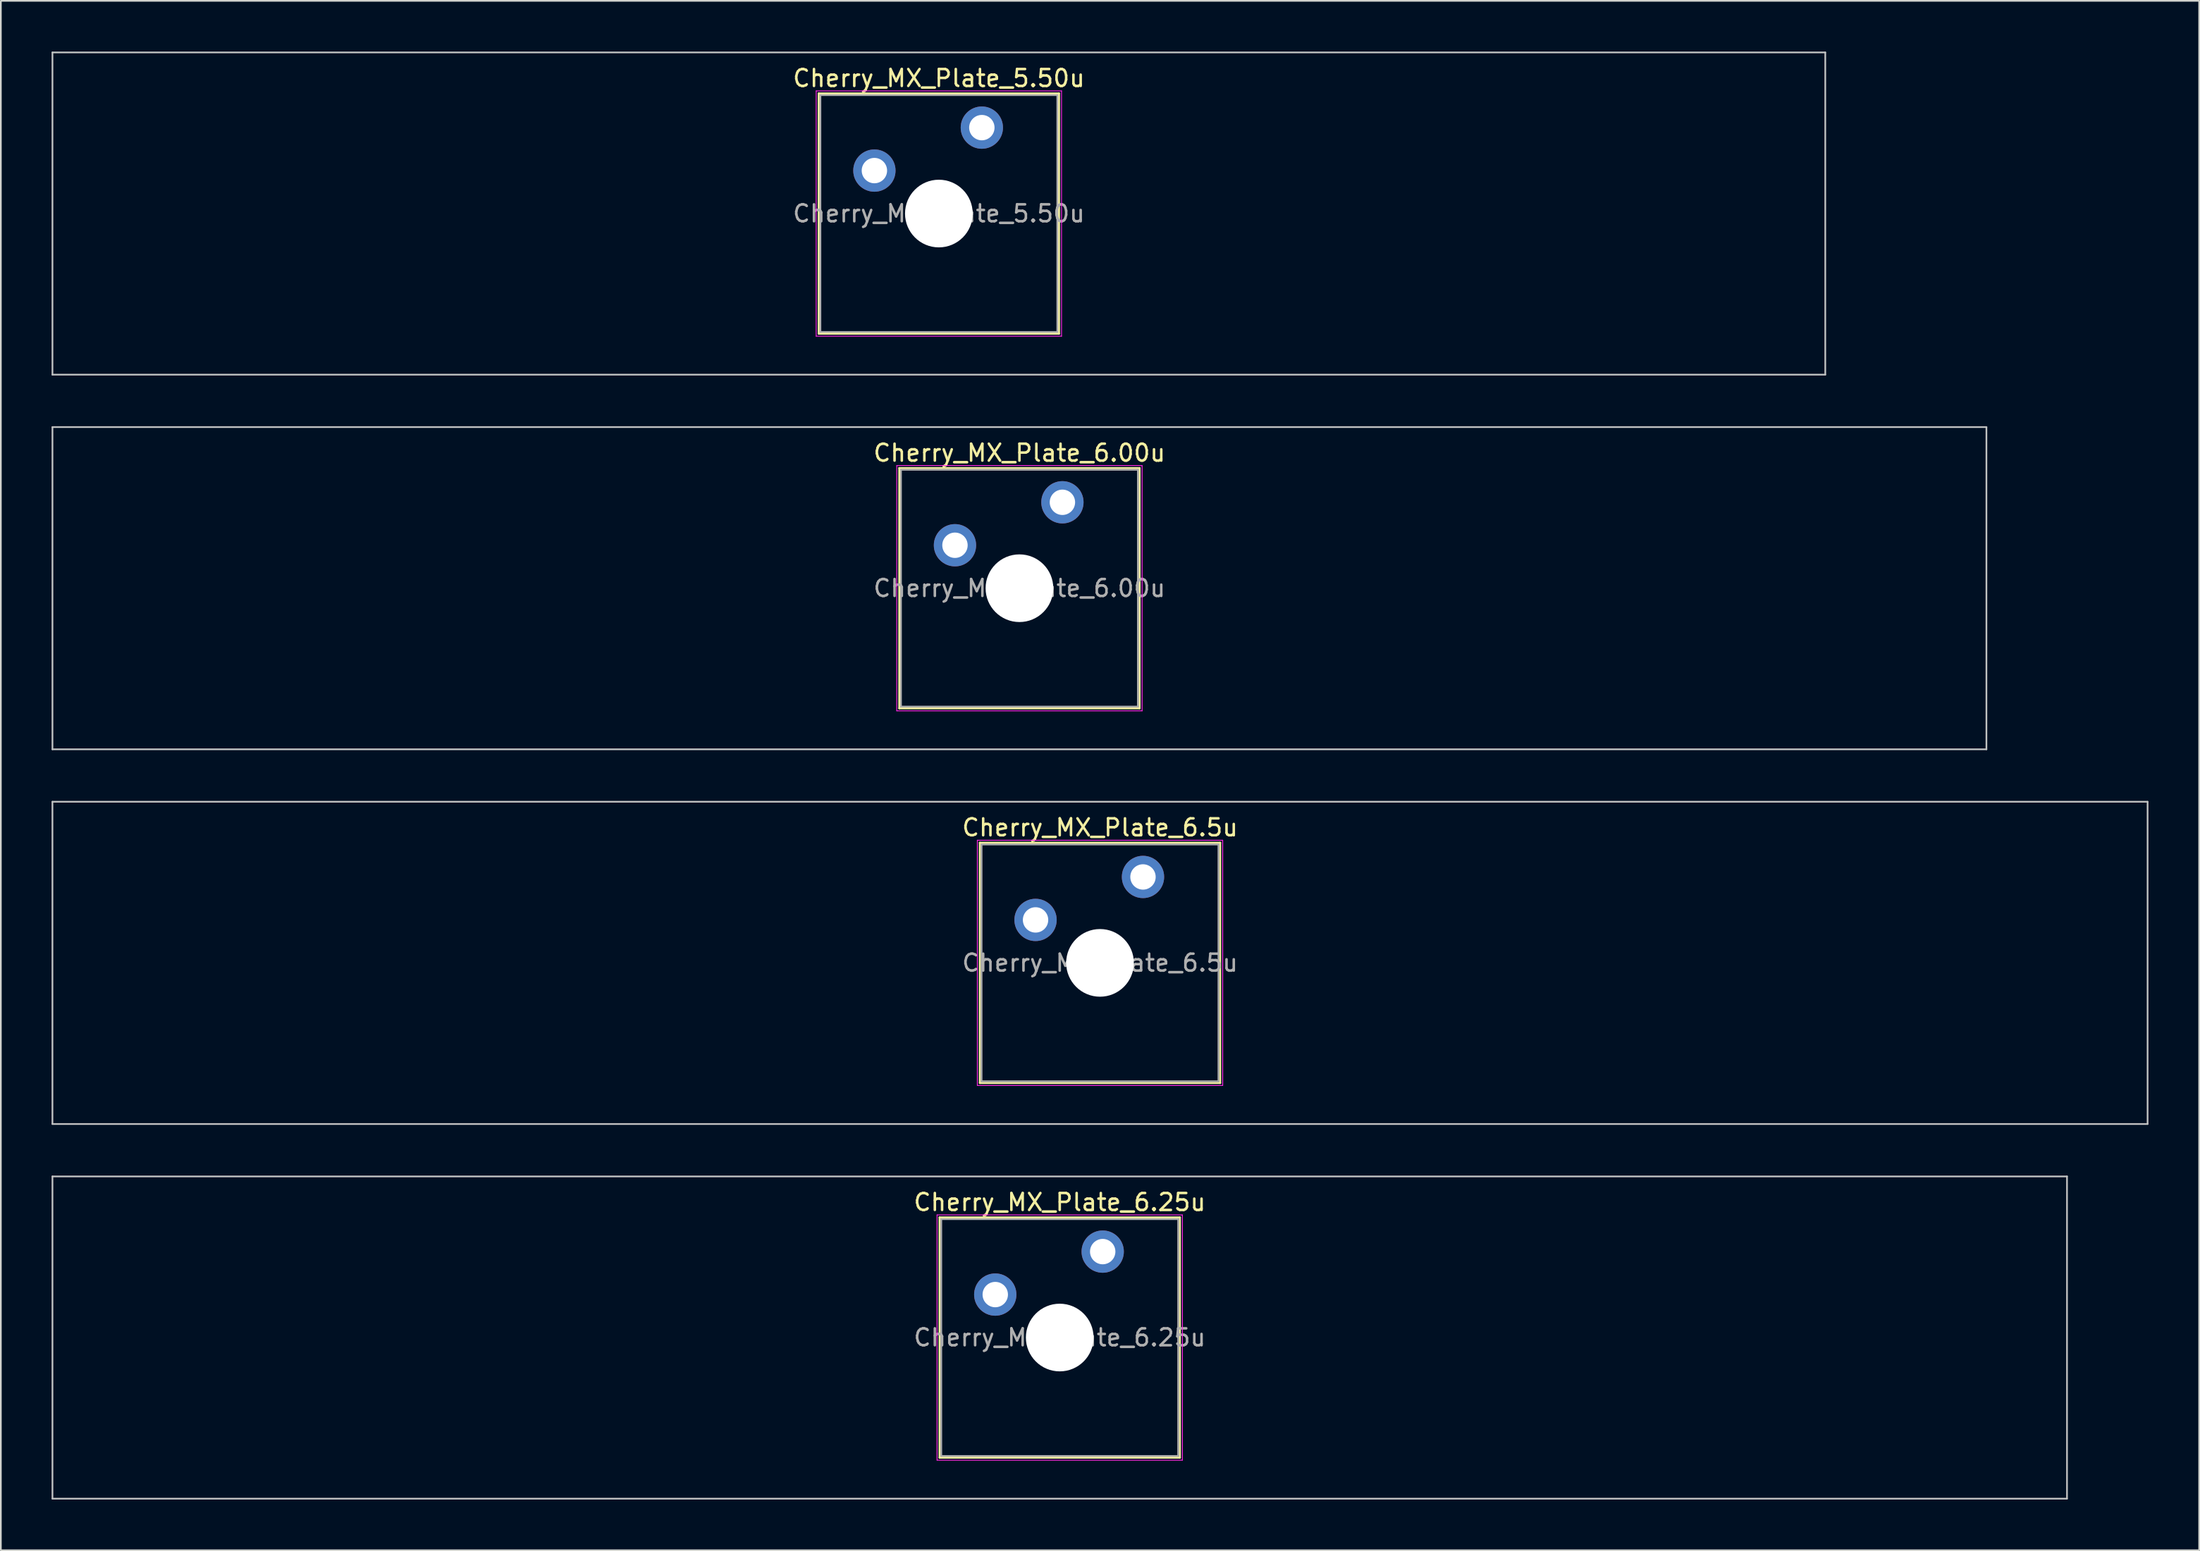
<source format=kicad_pcb>
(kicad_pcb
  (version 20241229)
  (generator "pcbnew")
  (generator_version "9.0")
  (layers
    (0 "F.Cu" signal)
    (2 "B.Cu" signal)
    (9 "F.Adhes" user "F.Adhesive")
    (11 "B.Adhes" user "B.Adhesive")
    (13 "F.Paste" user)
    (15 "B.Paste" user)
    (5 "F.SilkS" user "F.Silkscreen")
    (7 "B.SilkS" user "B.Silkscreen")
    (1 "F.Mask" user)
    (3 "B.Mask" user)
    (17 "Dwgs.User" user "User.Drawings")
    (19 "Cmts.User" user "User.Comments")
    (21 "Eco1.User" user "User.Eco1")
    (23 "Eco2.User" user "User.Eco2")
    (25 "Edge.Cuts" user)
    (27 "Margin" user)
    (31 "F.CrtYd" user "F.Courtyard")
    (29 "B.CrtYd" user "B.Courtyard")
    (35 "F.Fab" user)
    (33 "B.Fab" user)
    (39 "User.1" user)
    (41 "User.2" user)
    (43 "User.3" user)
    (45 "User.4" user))
  (footprint "Cherry_MX_Plate_6.25u"
    (layer "F.Cu")
    (at 59.581 76.025)
    (property "Reference" "Cherry_MX_Plate_6.25u" (at 0 -8 0) (layer "F.SilkS") (effects (font (size 1 1) (thickness 0.15))))
    (attr through_hole)
    (fp_line (start -7.1 -7.1) (end -7.1 7.1) (stroke (width 0.12) (type solid)) (layer "F.SilkS"))
    (fp_line (start -7.1 7.1) (end 7.1 7.1) (stroke (width 0.12) (type solid)) (layer "F.SilkS"))
    (fp_line (start 7.1 -7.1) (end -7.1 -7.1) (stroke (width 0.12) (type solid)) (layer "F.SilkS"))
    (fp_line (start 7.1 7.1) (end 7.1 -7.1) (stroke (width 0.12) (type solid)) (layer "F.SilkS"))
    (fp_line (start -59.531 -9.525) (end -59.531 9.525) (stroke (width 0.1) (type solid)) (layer "Dwgs.User"))
    (fp_line (start -59.531 9.525) (end 59.531 9.525) (stroke (width 0.1) (type solid)) (layer "Dwgs.User"))
    (fp_line (start 59.531 -9.525) (end -59.531 -9.525) (stroke (width 0.1) (type solid)) (layer "Dwgs.User"))
    (fp_line (start 59.531 9.525) (end 59.531 -9.525) (stroke (width 0.1) (type solid)) (layer "Dwgs.User"))
    (fp_line (start -7 -7) (end -7 7) (stroke (width 0.1) (type solid)) (layer "Eco1.User"))
    (fp_line (start -7 7) (end 7 7) (stroke (width 0.1) (type solid)) (layer "Eco1.User"))
    (fp_line (start 7 -7) (end -7 -7) (stroke (width 0.1) (type solid)) (layer "Eco1.User"))
    (fp_line (start 7 7) (end 7 -7) (stroke (width 0.1) (type solid)) (layer "Eco1.User"))
    (fp_line (start -7.25 -7.25) (end -7.25 7.25) (stroke (width 0.05) (type solid)) (layer "F.CrtYd"))
    (fp_line (start -7.25 7.25) (end 7.25 7.25) (stroke (width 0.05) (type solid)) (layer "F.CrtYd"))
    (fp_line (start 7.25 -7.25) (end -7.25 -7.25) (stroke (width 0.05) (type solid)) (layer "F.CrtYd"))
    (fp_line (start 7.25 7.25) (end 7.25 -7.25) (stroke (width 0.05) (type solid)) (layer "F.CrtYd"))
    (fp_line (start -7 -7) (end -7 7) (stroke (width 0.1) (type solid)) (layer "F.Fab"))
    (fp_line (start -7 7) (end 7 7) (stroke (width 0.1) (type solid)) (layer "F.Fab"))
    (fp_line (start 7 -7) (end -7 -7) (stroke (width 0.1) (type solid)) (layer "F.Fab"))
    (fp_line (start 7 7) (end 7 -7) (stroke (width 0.1) (type solid)) (layer "F.Fab"))
    (fp_text user "${REFERENCE}" (at 0 0 0) (layer "F.Fab") (effects (font (size 1 1) (thickness 0.15))))
    (pad "" np_thru_hole circle (at 0 0) (size 4 4) (drill 4) (layers "*.Cu" "*.Mask"))
    (pad "1" thru_hole circle (at -3.81 -2.54) (size 2.5 2.5) (drill 1.5) (layers "*.Cu" "*.Mask"))
    (pad "2" thru_hole circle (at 2.54 -5.08) (size 2.5 2.5) (drill 1.5) (layers "*.Cu" "*.Mask")))
  (footprint "Cherry_MX_Plate_6.5u"
    (layer "F.Cu")
    (at 61.962 53.875)
    (property "Reference" "Cherry_MX_Plate_6.5u" (at 0 -8 0) (layer "F.SilkS") (effects (font (size 1 1) (thickness 0.15))))
    (attr through_hole)
    (fp_line (start -7.1 -7.1) (end -7.1 7.1) (stroke (width 0.12) (type solid)) (layer "F.SilkS"))
    (fp_line (start -7.1 7.1) (end 7.1 7.1) (stroke (width 0.12) (type solid)) (layer "F.SilkS"))
    (fp_line (start 7.1 -7.1) (end -7.1 -7.1) (stroke (width 0.12) (type solid)) (layer "F.SilkS"))
    (fp_line (start 7.1 7.1) (end 7.1 -7.1) (stroke (width 0.12) (type solid)) (layer "F.SilkS"))
    (fp_line (start -61.913 -9.525) (end -61.913 9.525) (stroke (width 0.1) (type solid)) (layer "Dwgs.User"))
    (fp_line (start -61.913 9.525) (end 61.913 9.525) (stroke (width 0.1) (type solid)) (layer "Dwgs.User"))
    (fp_line (start 61.913 -9.525) (end -61.913 -9.525) (stroke (width 0.1) (type solid)) (layer "Dwgs.User"))
    (fp_line (start 61.913 9.525) (end 61.913 -9.525) (stroke (width 0.1) (type solid)) (layer "Dwgs.User"))
    (fp_line (start -7 -7) (end -7 7) (stroke (width 0.1) (type solid)) (layer "Eco1.User"))
    (fp_line (start -7 7) (end 7 7) (stroke (width 0.1) (type solid)) (layer "Eco1.User"))
    (fp_line (start 7 -7) (end -7 -7) (stroke (width 0.1) (type solid)) (layer "Eco1.User"))
    (fp_line (start 7 7) (end 7 -7) (stroke (width 0.1) (type solid)) (layer "Eco1.User"))
    (fp_line (start -7.25 -7.25) (end -7.25 7.25) (stroke (width 0.05) (type solid)) (layer "F.CrtYd"))
    (fp_line (start -7.25 7.25) (end 7.25 7.25) (stroke (width 0.05) (type solid)) (layer "F.CrtYd"))
    (fp_line (start 7.25 -7.25) (end -7.25 -7.25) (stroke (width 0.05) (type solid)) (layer "F.CrtYd"))
    (fp_line (start 7.25 7.25) (end 7.25 -7.25) (stroke (width 0.05) (type solid)) (layer "F.CrtYd"))
    (fp_line (start -7 -7) (end -7 7) (stroke (width 0.1) (type solid)) (layer "F.Fab"))
    (fp_line (start -7 7) (end 7 7) (stroke (width 0.1) (type solid)) (layer "F.Fab"))
    (fp_line (start 7 -7) (end -7 -7) (stroke (width 0.1) (type solid)) (layer "F.Fab"))
    (fp_line (start 7 7) (end 7 -7) (stroke (width 0.1) (type solid)) (layer "F.Fab"))
    (fp_text user "${REFERENCE}" (at 0 0 0) (layer "F.Fab") (effects (font (size 1 1) (thickness 0.15))))
    (pad "" np_thru_hole circle (at 0 0) (size 4 4) (drill 4) (layers "*.Cu" "*.Mask"))
    (pad "1" thru_hole circle (at -3.81 -2.54) (size 2.5 2.5) (drill 1.5) (layers "*.Cu" "*.Mask"))
    (pad "2" thru_hole circle (at 2.54 -5.08) (size 2.5 2.5) (drill 1.5) (layers "*.Cu" "*.Mask")))
  (footprint "Cherry_MX_Plate_5.50u"
    (layer "F.Cu")
    (at 52.438 9.575)
    (property "Reference" "Cherry_MX_Plate_5.50u" (at 0 -8 0) (layer "F.SilkS") (effects (font (size 1 1) (thickness 0.15))))
    (attr through_hole)
    (fp_line (start -7.1 -7.1) (end -7.1 7.1) (stroke (width 0.12) (type solid)) (layer "F.SilkS"))
    (fp_line (start -7.1 7.1) (end 7.1 7.1) (stroke (width 0.12) (type solid)) (layer "F.SilkS"))
    (fp_line (start 7.1 -7.1) (end -7.1 -7.1) (stroke (width 0.12) (type solid)) (layer "F.SilkS"))
    (fp_line (start 7.1 7.1) (end 7.1 -7.1) (stroke (width 0.12) (type solid)) (layer "F.SilkS"))
    (fp_line (start -52.388 -9.525) (end -52.388 9.525) (stroke (width 0.1) (type solid)) (layer "Dwgs.User"))
    (fp_line (start -52.388 9.525) (end 52.388 9.525) (stroke (width 0.1) (type solid)) (layer "Dwgs.User"))
    (fp_line (start 52.388 -9.525) (end -52.388 -9.525) (stroke (width 0.1) (type solid)) (layer "Dwgs.User"))
    (fp_line (start 52.388 9.525) (end 52.388 -9.525) (stroke (width 0.1) (type solid)) (layer "Dwgs.User"))
    (fp_line (start -7 -7) (end -7 7) (stroke (width 0.1) (type solid)) (layer "Eco1.User"))
    (fp_line (start -7 7) (end 7 7) (stroke (width 0.1) (type solid)) (layer "Eco1.User"))
    (fp_line (start 7 -7) (end -7 -7) (stroke (width 0.1) (type solid)) (layer "Eco1.User"))
    (fp_line (start 7 7) (end 7 -7) (stroke (width 0.1) (type solid)) (layer "Eco1.User"))
    (fp_line (start -7.25 -7.25) (end -7.25 7.25) (stroke (width 0.05) (type solid)) (layer "F.CrtYd"))
    (fp_line (start -7.25 7.25) (end 7.25 7.25) (stroke (width 0.05) (type solid)) (layer "F.CrtYd"))
    (fp_line (start 7.25 -7.25) (end -7.25 -7.25) (stroke (width 0.05) (type solid)) (layer "F.CrtYd"))
    (fp_line (start 7.25 7.25) (end 7.25 -7.25) (stroke (width 0.05) (type solid)) (layer "F.CrtYd"))
    (fp_line (start -7 -7) (end -7 7) (stroke (width 0.1) (type solid)) (layer "F.Fab"))
    (fp_line (start -7 7) (end 7 7) (stroke (width 0.1) (type solid)) (layer "F.Fab"))
    (fp_line (start 7 -7) (end -7 -7) (stroke (width 0.1) (type solid)) (layer "F.Fab"))
    (fp_line (start 7 7) (end 7 -7) (stroke (width 0.1) (type solid)) (layer "F.Fab"))
    (fp_text user "${REFERENCE}" (at 0 0 0) (layer "F.Fab") (effects (font (size 1 1) (thickness 0.15))))
    (pad "" np_thru_hole circle (at 0 0) (size 4 4) (drill 4) (layers "*.Cu" "*.Mask"))
    (pad "1" thru_hole circle (at -3.81 -2.54) (size 2.5 2.5) (drill 1.5) (layers "*.Cu" "*.Mask"))
    (pad "2" thru_hole circle (at 2.54 -5.08) (size 2.5 2.5) (drill 1.5) (layers "*.Cu" "*.Mask")))
  (footprint "Cherry_MX_Plate_6.00u"
    (layer "F.Cu")
    (at 57.2 31.725)
    (property "Reference" "Cherry_MX_Plate_6.00u" (at 0 -8 0) (layer "F.SilkS") (effects (font (size 1 1) (thickness 0.15))))
    (attr through_hole)
    (fp_line (start -7.1 -7.1) (end -7.1 7.1) (stroke (width 0.12) (type solid)) (layer "F.SilkS"))
    (fp_line (start -7.1 7.1) (end 7.1 7.1) (stroke (width 0.12) (type solid)) (layer "F.SilkS"))
    (fp_line (start 7.1 -7.1) (end -7.1 -7.1) (stroke (width 0.12) (type solid)) (layer "F.SilkS"))
    (fp_line (start 7.1 7.1) (end 7.1 -7.1) (stroke (width 0.12) (type solid)) (layer "F.SilkS"))
    (fp_line (start -57.15 -9.525) (end -57.15 9.525) (stroke (width 0.1) (type solid)) (layer "Dwgs.User"))
    (fp_line (start -57.15 9.525) (end 57.15 9.525) (stroke (width 0.1) (type solid)) (layer "Dwgs.User"))
    (fp_line (start 57.15 -9.525) (end -57.15 -9.525) (stroke (width 0.1) (type solid)) (layer "Dwgs.User"))
    (fp_line (start 57.15 9.525) (end 57.15 -9.525) (stroke (width 0.1) (type solid)) (layer "Dwgs.User"))
    (fp_line (start -7 -7) (end -7 7) (stroke (width 0.1) (type solid)) (layer "Eco1.User"))
    (fp_line (start -7 7) (end 7 7) (stroke (width 0.1) (type solid)) (layer "Eco1.User"))
    (fp_line (start 7 -7) (end -7 -7) (stroke (width 0.1) (type solid)) (layer "Eco1.User"))
    (fp_line (start 7 7) (end 7 -7) (stroke (width 0.1) (type solid)) (layer "Eco1.User"))
    (fp_line (start -7.25 -7.25) (end -7.25 7.25) (stroke (width 0.05) (type solid)) (layer "F.CrtYd"))
    (fp_line (start -7.25 7.25) (end 7.25 7.25) (stroke (width 0.05) (type solid)) (layer "F.CrtYd"))
    (fp_line (start 7.25 -7.25) (end -7.25 -7.25) (stroke (width 0.05) (type solid)) (layer "F.CrtYd"))
    (fp_line (start 7.25 7.25) (end 7.25 -7.25) (stroke (width 0.05) (type solid)) (layer "F.CrtYd"))
    (fp_line (start -7 -7) (end -7 7) (stroke (width 0.1) (type solid)) (layer "F.Fab"))
    (fp_line (start -7 7) (end 7 7) (stroke (width 0.1) (type solid)) (layer "F.Fab"))
    (fp_line (start 7 -7) (end -7 -7) (stroke (width 0.1) (type solid)) (layer "F.Fab"))
    (fp_line (start 7 7) (end 7 -7) (stroke (width 0.1) (type solid)) (layer "F.Fab"))
    (fp_text user "${REFERENCE}" (at 0 0 0) (layer "F.Fab") (effects (font (size 1 1) (thickness 0.15))))
    (pad "" np_thru_hole circle (at 0 0) (size 4 4) (drill 4) (layers "*.Cu" "*.Mask"))
    (pad "1" thru_hole circle (at -3.81 -2.54) (size 2.5 2.5) (drill 1.5) (layers "*.Cu" "*.Mask"))
    (pad "2" thru_hole circle (at 2.54 -5.08) (size 2.5 2.5) (drill 1.5) (layers "*.Cu" "*.Mask")))
  (gr_rect
    (start -3 -3)
    (end 126.925 88.6)
    (stroke (width 0.1) (type default))
    (fill no)
    (layer "Edge.Cuts")))
</source>
